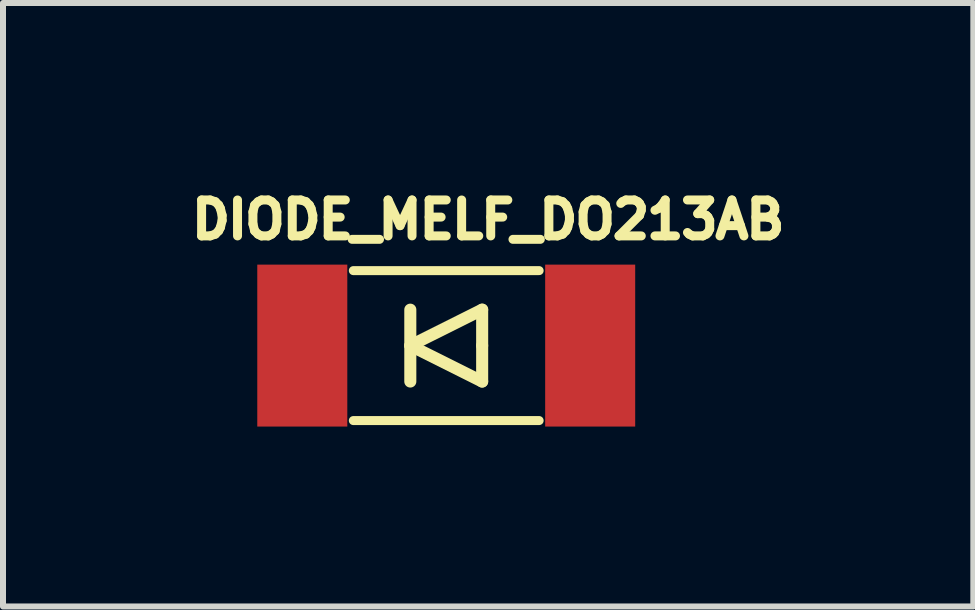
<source format=kicad_pcb>
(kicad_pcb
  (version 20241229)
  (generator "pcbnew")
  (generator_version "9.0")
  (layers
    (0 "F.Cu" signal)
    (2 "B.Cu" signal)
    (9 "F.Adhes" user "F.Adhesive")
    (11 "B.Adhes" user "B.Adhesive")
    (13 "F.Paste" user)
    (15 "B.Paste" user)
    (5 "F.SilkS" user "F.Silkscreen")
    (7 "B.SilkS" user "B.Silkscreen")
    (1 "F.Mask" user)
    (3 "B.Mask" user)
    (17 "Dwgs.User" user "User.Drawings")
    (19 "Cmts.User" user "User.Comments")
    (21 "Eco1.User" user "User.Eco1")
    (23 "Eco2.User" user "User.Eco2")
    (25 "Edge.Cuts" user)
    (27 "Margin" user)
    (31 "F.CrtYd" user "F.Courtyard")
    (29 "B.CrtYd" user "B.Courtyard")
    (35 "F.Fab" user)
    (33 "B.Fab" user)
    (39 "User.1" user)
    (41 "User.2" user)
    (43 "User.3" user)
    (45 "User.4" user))
  (footprint "DIODE_MELF_DO213AB"
    (layer "F.Cu")
    (at 4.39 2.712)
    (property "Reference" "DIODE_MELF_DO213AB" (at 0.699 -2.098 0) (layer "F.SilkS") (effects (font (size 0.599 0.599) (thickness 0.15))))
    (attr through_hole)
    (fp_line (start -1.549 -1.25) (end 1.549 -1.25) (stroke (width 0.15) (type solid)) (layer "F.SilkS"))
    (fp_line (start -0.599 -0.599) (end -0.599 0.599) (stroke (width 0.201) (type solid)) (layer "F.SilkS"))
    (fp_line (start -0.599 0) (end 0.599 0.599) (stroke (width 0.201) (type solid)) (layer "F.SilkS"))
    (fp_line (start 0.599 -0.599) (end -0.599 0) (stroke (width 0.201) (type solid)) (layer "F.SilkS"))
    (fp_line (start 0.599 0) (end 0.599 -0.599) (stroke (width 0.201) (type solid)) (layer "F.SilkS"))
    (fp_line (start 0.599 0.599) (end 0.599 0) (stroke (width 0.201) (type solid)) (layer "F.SilkS"))
    (fp_line (start 1.549 1.25) (end -1.549 1.25) (stroke (width 0.15) (type solid)) (layer "F.SilkS"))
    (pad "A" smd rect (at 2.4 0) (size 1.501 2.7) (layers "F.Cu" "F.Mask" "F.Paste"))
    (pad "C" smd rect (at -2.4 0) (size 1.501 2.7) (layers "F.Cu" "F.Mask" "F.Paste")))
  (gr_rect
    (start -3 -3)
    (end 13.178 7.062)
    (stroke (width 0.1) (type default))
    (fill no)
    (layer "Edge.Cuts")))
</source>
